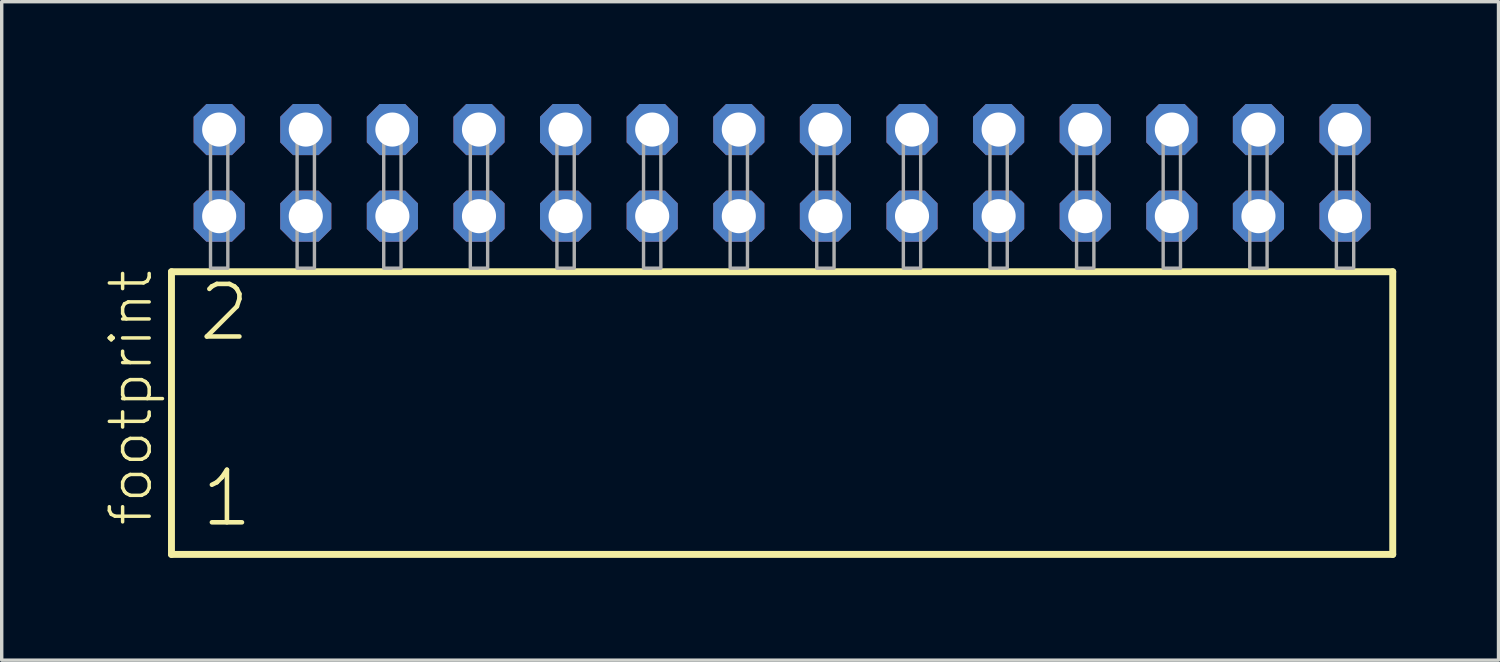
<source format=kicad_pcb>
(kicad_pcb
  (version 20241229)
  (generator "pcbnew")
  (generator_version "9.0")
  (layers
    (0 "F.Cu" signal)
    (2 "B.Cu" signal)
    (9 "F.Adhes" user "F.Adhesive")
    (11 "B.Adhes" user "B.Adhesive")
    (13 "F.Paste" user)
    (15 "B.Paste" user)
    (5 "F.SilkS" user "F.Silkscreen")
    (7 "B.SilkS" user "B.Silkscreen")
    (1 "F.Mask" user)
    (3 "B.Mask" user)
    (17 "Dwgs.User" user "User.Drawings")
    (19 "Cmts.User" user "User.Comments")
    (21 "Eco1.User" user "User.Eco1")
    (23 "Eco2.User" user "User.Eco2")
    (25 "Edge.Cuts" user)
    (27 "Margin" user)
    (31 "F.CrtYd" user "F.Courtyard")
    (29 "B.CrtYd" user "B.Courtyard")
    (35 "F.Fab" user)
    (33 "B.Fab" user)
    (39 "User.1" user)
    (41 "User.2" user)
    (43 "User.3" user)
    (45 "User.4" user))
  (footprint "footprint"
    (layer "F.Cu")
    (at 19.888 4.814)
    (property "Reference" "footprint" (at -18.415 7.62 90) (layer "F.SilkS") (effects (font (size 1.168 1.168) (thickness 0.102)) (justify left bottom)))
    (fp_line (start -17.909 0.106) (end -17.909 8.396) (stroke (width 0.203) (type solid)) (layer "F.SilkS"))
    (fp_line (start -17.909 8.396) (end 17.909 8.396) (stroke (width 0.203) (type solid)) (layer "F.SilkS"))
    (fp_line (start 17.909 0.106) (end -17.909 0.106) (stroke (width 0.203) (type solid)) (layer "F.SilkS"))
    (fp_line (start 17.909 8.396) (end 17.909 0.106) (stroke (width 0.203) (type solid)) (layer "F.SilkS"))
    (fp_poly (pts (xy -16.764 0) (xy -16.256 0) (xy -16.256 -4.318) (xy -16.764 -4.318)) (stroke (width 0.1) (type solid)) (fill no) (layer "F.Fab"))
    (fp_poly (pts (xy -14.224 0) (xy -13.716 0) (xy -13.716 -4.318) (xy -14.224 -4.318)) (stroke (width 0.1) (type solid)) (fill no) (layer "F.Fab"))
    (fp_poly (pts (xy -11.684 0) (xy -11.176 0) (xy -11.176 -4.318) (xy -11.684 -4.318)) (stroke (width 0.1) (type solid)) (fill no) (layer "F.Fab"))
    (fp_poly (pts (xy -9.144 0) (xy -8.636 0) (xy -8.636 -4.318) (xy -9.144 -4.318)) (stroke (width 0.1) (type solid)) (fill no) (layer "F.Fab"))
    (fp_poly (pts (xy -6.604 0) (xy -6.096 0) (xy -6.096 -4.318) (xy -6.604 -4.318)) (stroke (width 0.1) (type solid)) (fill no) (layer "F.Fab"))
    (fp_poly (pts (xy -4.064 0) (xy -3.556 0) (xy -3.556 -4.318) (xy -4.064 -4.318)) (stroke (width 0.1) (type solid)) (fill no) (layer "F.Fab"))
    (fp_poly (pts (xy -1.524 0) (xy -1.016 0) (xy -1.016 -4.318) (xy -1.524 -4.318)) (stroke (width 0.1) (type solid)) (fill no) (layer "F.Fab"))
    (fp_poly (pts (xy 1.016 0) (xy 1.524 0) (xy 1.524 -4.318) (xy 1.016 -4.318)) (stroke (width 0.1) (type solid)) (fill no) (layer "F.Fab"))
    (fp_poly (pts (xy 3.556 0) (xy 4.064 0) (xy 4.064 -4.318) (xy 3.556 -4.318)) (stroke (width 0.1) (type solid)) (fill no) (layer "F.Fab"))
    (fp_poly (pts (xy 6.096 0) (xy 6.604 0) (xy 6.604 -4.318) (xy 6.096 -4.318)) (stroke (width 0.1) (type solid)) (fill no) (layer "F.Fab"))
    (fp_poly (pts (xy 8.636 0) (xy 9.144 0) (xy 9.144 -4.318) (xy 8.636 -4.318)) (stroke (width 0.1) (type solid)) (fill no) (layer "F.Fab"))
    (fp_poly (pts (xy 11.176 0) (xy 11.684 0) (xy 11.684 -4.318) (xy 11.176 -4.318)) (stroke (width 0.1) (type solid)) (fill no) (layer "F.Fab"))
    (fp_poly (pts (xy 13.716 0) (xy 14.224 0) (xy 14.224 -4.318) (xy 13.716 -4.318)) (stroke (width 0.1) (type solid)) (fill no) (layer "F.Fab"))
    (fp_poly (pts (xy 16.256 0) (xy 16.764 0) (xy 16.764 -4.318) (xy 16.256 -4.318)) (stroke (width 0.1) (type solid)) (fill no) (layer "F.Fab"))
    (fp_text user "1" (at -17.105 7.65 0) (layer "F.SilkS") (effects (font (size 1.542 1.542) (thickness 0.134)) (justify left bottom)))
    (fp_text user "2" (at -17.18 2.2 0) (layer "F.SilkS") (effects (font (size 1.542 1.542) (thickness 0.134)) (justify left bottom)))
    (pad "1" thru_hole roundrect (at -16.51 -1.524) (size 1.5 1.5) (drill 1) (layers "*.Cu" "*.Mask") (roundrect_rratio 0.25) (chamfer_ratio 0.25) (chamfer top_left top_right bottom_left bottom_right))
    (pad "2" thru_hole roundrect (at -16.51 -4.064) (size 1.5 1.5) (drill 1) (layers "*.Cu" "*.Mask") (roundrect_rratio 0.25) (chamfer_ratio 0.25) (chamfer top_left top_right bottom_left bottom_right))
    (pad "3" thru_hole roundrect (at -13.97 -1.524) (size 1.5 1.5) (drill 1) (layers "*.Cu" "*.Mask") (roundrect_rratio 0.25) (chamfer_ratio 0.25) (chamfer top_left top_right bottom_left bottom_right))
    (pad "4" thru_hole roundrect (at -13.97 -4.064) (size 1.5 1.5) (drill 1) (layers "*.Cu" "*.Mask") (roundrect_rratio 0.25) (chamfer_ratio 0.25) (chamfer top_left top_right bottom_left bottom_right))
    (pad "5" thru_hole roundrect (at -11.43 -1.524) (size 1.5 1.5) (drill 1) (layers "*.Cu" "*.Mask") (roundrect_rratio 0.25) (chamfer_ratio 0.25) (chamfer top_left top_right bottom_left bottom_right))
    (pad "6" thru_hole roundrect (at -11.43 -4.064) (size 1.5 1.5) (drill 1) (layers "*.Cu" "*.Mask") (roundrect_rratio 0.25) (chamfer_ratio 0.25) (chamfer top_left top_right bottom_left bottom_right))
    (pad "7" thru_hole roundrect (at -8.89 -1.524) (size 1.5 1.5) (drill 1) (layers "*.Cu" "*.Mask") (roundrect_rratio 0.25) (chamfer_ratio 0.25) (chamfer top_left top_right bottom_left bottom_right))
    (pad "8" thru_hole roundrect (at -8.89 -4.064) (size 1.5 1.5) (drill 1) (layers "*.Cu" "*.Mask") (roundrect_rratio 0.25) (chamfer_ratio 0.25) (chamfer top_left top_right bottom_left bottom_right))
    (pad "9" thru_hole roundrect (at -6.35 -1.524) (size 1.5 1.5) (drill 1) (layers "*.Cu" "*.Mask") (roundrect_rratio 0.25) (chamfer_ratio 0.25) (chamfer top_left top_right bottom_left bottom_right))
    (pad "10" thru_hole roundrect (at -6.35 -4.064) (size 1.5 1.5) (drill 1) (layers "*.Cu" "*.Mask") (roundrect_rratio 0.25) (chamfer_ratio 0.25) (chamfer top_left top_right bottom_left bottom_right))
    (pad "11" thru_hole roundrect (at -3.81 -1.524) (size 1.5 1.5) (drill 1) (layers "*.Cu" "*.Mask") (roundrect_rratio 0.25) (chamfer_ratio 0.25) (chamfer top_left top_right bottom_left bottom_right))
    (pad "12" thru_hole roundrect (at -3.81 -4.064) (size 1.5 1.5) (drill 1) (layers "*.Cu" "*.Mask") (roundrect_rratio 0.25) (chamfer_ratio 0.25) (chamfer top_left top_right bottom_left bottom_right))
    (pad "13" thru_hole roundrect (at -1.27 -1.524) (size 1.5 1.5) (drill 1) (layers "*.Cu" "*.Mask") (roundrect_rratio 0.25) (chamfer_ratio 0.25) (chamfer top_left top_right bottom_left bottom_right))
    (pad "14" thru_hole roundrect (at -1.27 -4.064) (size 1.5 1.5) (drill 1) (layers "*.Cu" "*.Mask") (roundrect_rratio 0.25) (chamfer_ratio 0.25) (chamfer top_left top_right bottom_left bottom_right))
    (pad "15" thru_hole roundrect (at 1.27 -1.524) (size 1.5 1.5) (drill 1) (layers "*.Cu" "*.Mask") (roundrect_rratio 0.25) (chamfer_ratio 0.25) (chamfer top_left top_right bottom_left bottom_right))
    (pad "16" thru_hole roundrect (at 1.27 -4.064) (size 1.5 1.5) (drill 1) (layers "*.Cu" "*.Mask") (roundrect_rratio 0.25) (chamfer_ratio 0.25) (chamfer top_left top_right bottom_left bottom_right))
    (pad "17" thru_hole roundrect (at 3.81 -1.524) (size 1.5 1.5) (drill 1) (layers "*.Cu" "*.Mask") (roundrect_rratio 0.25) (chamfer_ratio 0.25) (chamfer top_left top_right bottom_left bottom_right))
    (pad "18" thru_hole roundrect (at 3.81 -4.064) (size 1.5 1.5) (drill 1) (layers "*.Cu" "*.Mask") (roundrect_rratio 0.25) (chamfer_ratio 0.25) (chamfer top_left top_right bottom_left bottom_right))
    (pad "19" thru_hole roundrect (at 6.35 -1.524) (size 1.5 1.5) (drill 1) (layers "*.Cu" "*.Mask") (roundrect_rratio 0.25) (chamfer_ratio 0.25) (chamfer top_left top_right bottom_left bottom_right))
    (pad "20" thru_hole roundrect (at 6.35 -4.064) (size 1.5 1.5) (drill 1) (layers "*.Cu" "*.Mask") (roundrect_rratio 0.25) (chamfer_ratio 0.25) (chamfer top_left top_right bottom_left bottom_right))
    (pad "21" thru_hole roundrect (at 8.89 -1.524) (size 1.5 1.5) (drill 1) (layers "*.Cu" "*.Mask") (roundrect_rratio 0.25) (chamfer_ratio 0.25) (chamfer top_left top_right bottom_left bottom_right))
    (pad "22" thru_hole roundrect (at 8.89 -4.064) (size 1.5 1.5) (drill 1) (layers "*.Cu" "*.Mask") (roundrect_rratio 0.25) (chamfer_ratio 0.25) (chamfer top_left top_right bottom_left bottom_right))
    (pad "23" thru_hole roundrect (at 11.43 -1.524) (size 1.5 1.5) (drill 1) (layers "*.Cu" "*.Mask") (roundrect_rratio 0.25) (chamfer_ratio 0.25) (chamfer top_left top_right bottom_left bottom_right))
    (pad "24" thru_hole roundrect (at 11.43 -4.064) (size 1.5 1.5) (drill 1) (layers "*.Cu" "*.Mask") (roundrect_rratio 0.25) (chamfer_ratio 0.25) (chamfer top_left top_right bottom_left bottom_right))
    (pad "25" thru_hole roundrect (at 13.97 -1.524) (size 1.5 1.5) (drill 1) (layers "*.Cu" "*.Mask") (roundrect_rratio 0.25) (chamfer_ratio 0.25) (chamfer top_left top_right bottom_left bottom_right))
    (pad "26" thru_hole roundrect (at 13.97 -4.064) (size 1.5 1.5) (drill 1) (layers "*.Cu" "*.Mask") (roundrect_rratio 0.25) (chamfer_ratio 0.25) (chamfer top_left top_right bottom_left bottom_right))
    (pad "27" thru_hole roundrect (at 16.51 -1.524) (size 1.5 1.5) (drill 1) (layers "*.Cu" "*.Mask") (roundrect_rratio 0.25) (chamfer_ratio 0.25) (chamfer top_left top_right bottom_left bottom_right))
    (pad "28" thru_hole roundrect (at 16.51 -4.064) (size 1.5 1.5) (drill 1) (layers "*.Cu" "*.Mask") (roundrect_rratio 0.25) (chamfer_ratio 0.25) (chamfer top_left top_right bottom_left bottom_right)))
  (gr_rect
    (start -3 -3)
    (end 40.899 16.312)
    (stroke (width 0.1) (type default))
    (fill no)
    (layer "Edge.Cuts")))
</source>
